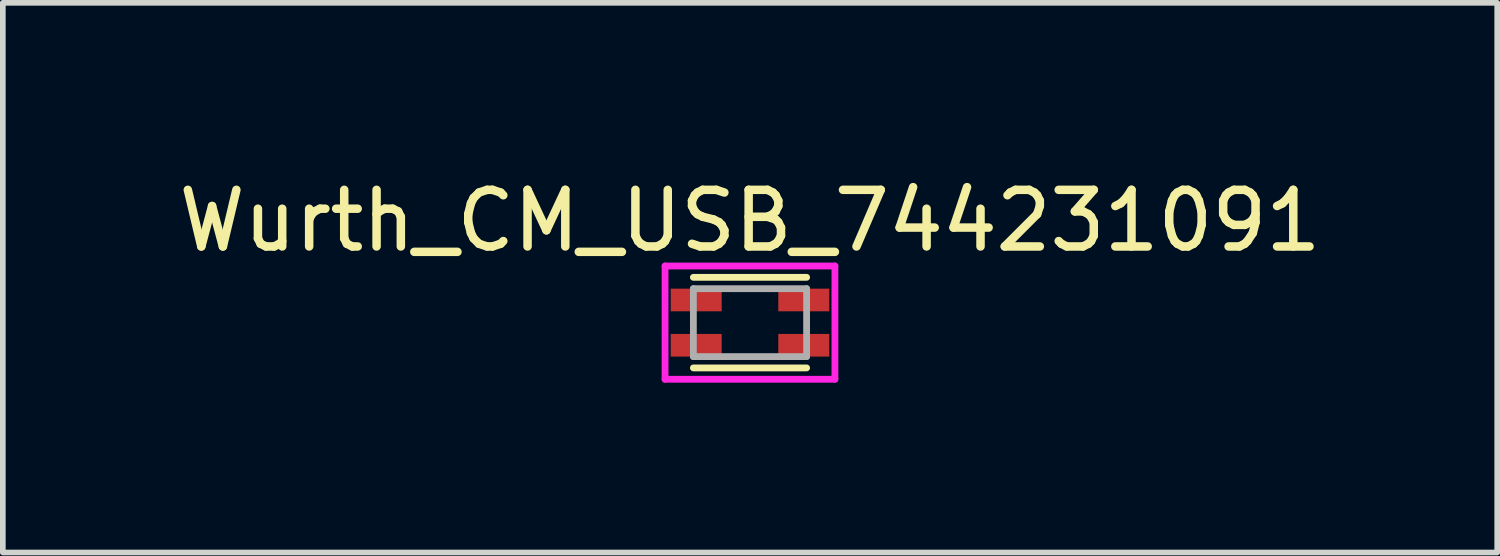
<source format=kicad_pcb>
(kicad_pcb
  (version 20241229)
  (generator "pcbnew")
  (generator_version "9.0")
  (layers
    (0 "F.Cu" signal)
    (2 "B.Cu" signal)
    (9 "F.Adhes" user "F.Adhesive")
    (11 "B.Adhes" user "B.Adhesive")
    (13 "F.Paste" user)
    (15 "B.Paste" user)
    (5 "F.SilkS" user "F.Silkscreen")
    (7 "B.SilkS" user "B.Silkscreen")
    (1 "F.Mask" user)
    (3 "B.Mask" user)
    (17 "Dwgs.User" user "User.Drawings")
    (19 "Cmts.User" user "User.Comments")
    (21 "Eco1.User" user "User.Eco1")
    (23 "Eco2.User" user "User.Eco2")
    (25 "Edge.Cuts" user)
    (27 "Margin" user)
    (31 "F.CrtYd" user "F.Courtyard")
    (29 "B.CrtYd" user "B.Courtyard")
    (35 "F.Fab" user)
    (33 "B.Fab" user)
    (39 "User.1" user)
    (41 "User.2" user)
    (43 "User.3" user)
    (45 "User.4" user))
  (footprint "Wurth_CM_USB_744231091"
    (layer "F.Cu")
    (at 10.196 2.648)
    (property "Reference" "Wurth_CM_USB_744231091" (at 0 -1.8 0) (layer "F.SilkS") (effects (font (size 1 1) (thickness 0.15))))
    (attr through_hole)
    (fp_line (start -1 -0.8) (end 1 -0.8) (stroke (width 0.12) (type solid)) (layer "F.SilkS"))
    (fp_line (start -1 0.8) (end 1 0.8) (stroke (width 0.12) (type solid)) (layer "F.SilkS"))
    (fp_line (start -1.5 -1) (end -1.5 1) (stroke (width 0.12) (type solid)) (layer "F.CrtYd"))
    (fp_line (start -1.5 1) (end 1.5 1) (stroke (width 0.12) (type solid)) (layer "F.CrtYd"))
    (fp_line (start 1.5 -1) (end -1.5 -1) (stroke (width 0.12) (type solid)) (layer "F.CrtYd"))
    (fp_line (start 1.5 1) (end 1.5 -1) (stroke (width 0.12) (type solid)) (layer "F.CrtYd"))
    (fp_line (start -1 -0.6) (end -1 0.6) (stroke (width 0.12) (type solid)) (layer "F.Fab"))
    (fp_line (start -1 0.6) (end 1 0.6) (stroke (width 0.12) (type solid)) (layer "F.Fab"))
    (fp_line (start 1 -0.6) (end -1 -0.6) (stroke (width 0.12) (type solid)) (layer "F.Fab"))
    (fp_line (start 1 0.6) (end 1 -0.6) (stroke (width 0.12) (type solid)) (layer "F.Fab"))
    (pad "1" smd rect (at -0.95 -0.4) (size 0.9 0.4) (layers "F.Cu" "F.Mask" "F.Paste"))
    (pad "2" smd rect (at 0.95 -0.4) (size 0.9 0.4) (layers "F.Cu" "F.Mask" "F.Paste"))
    (pad "3" smd rect (at -0.95 0.4) (size 0.9 0.4) (layers "F.Cu" "F.Mask" "F.Paste"))
    (pad "4" smd rect (at 0.95 0.4) (size 0.9 0.4) (layers "F.Cu" "F.Mask" "F.Paste")))
  (gr_rect
    (start -3 -3)
    (end 23.393 6.708)
    (stroke (width 0.1) (type default))
    (fill no)
    (layer "Edge.Cuts")))
</source>
